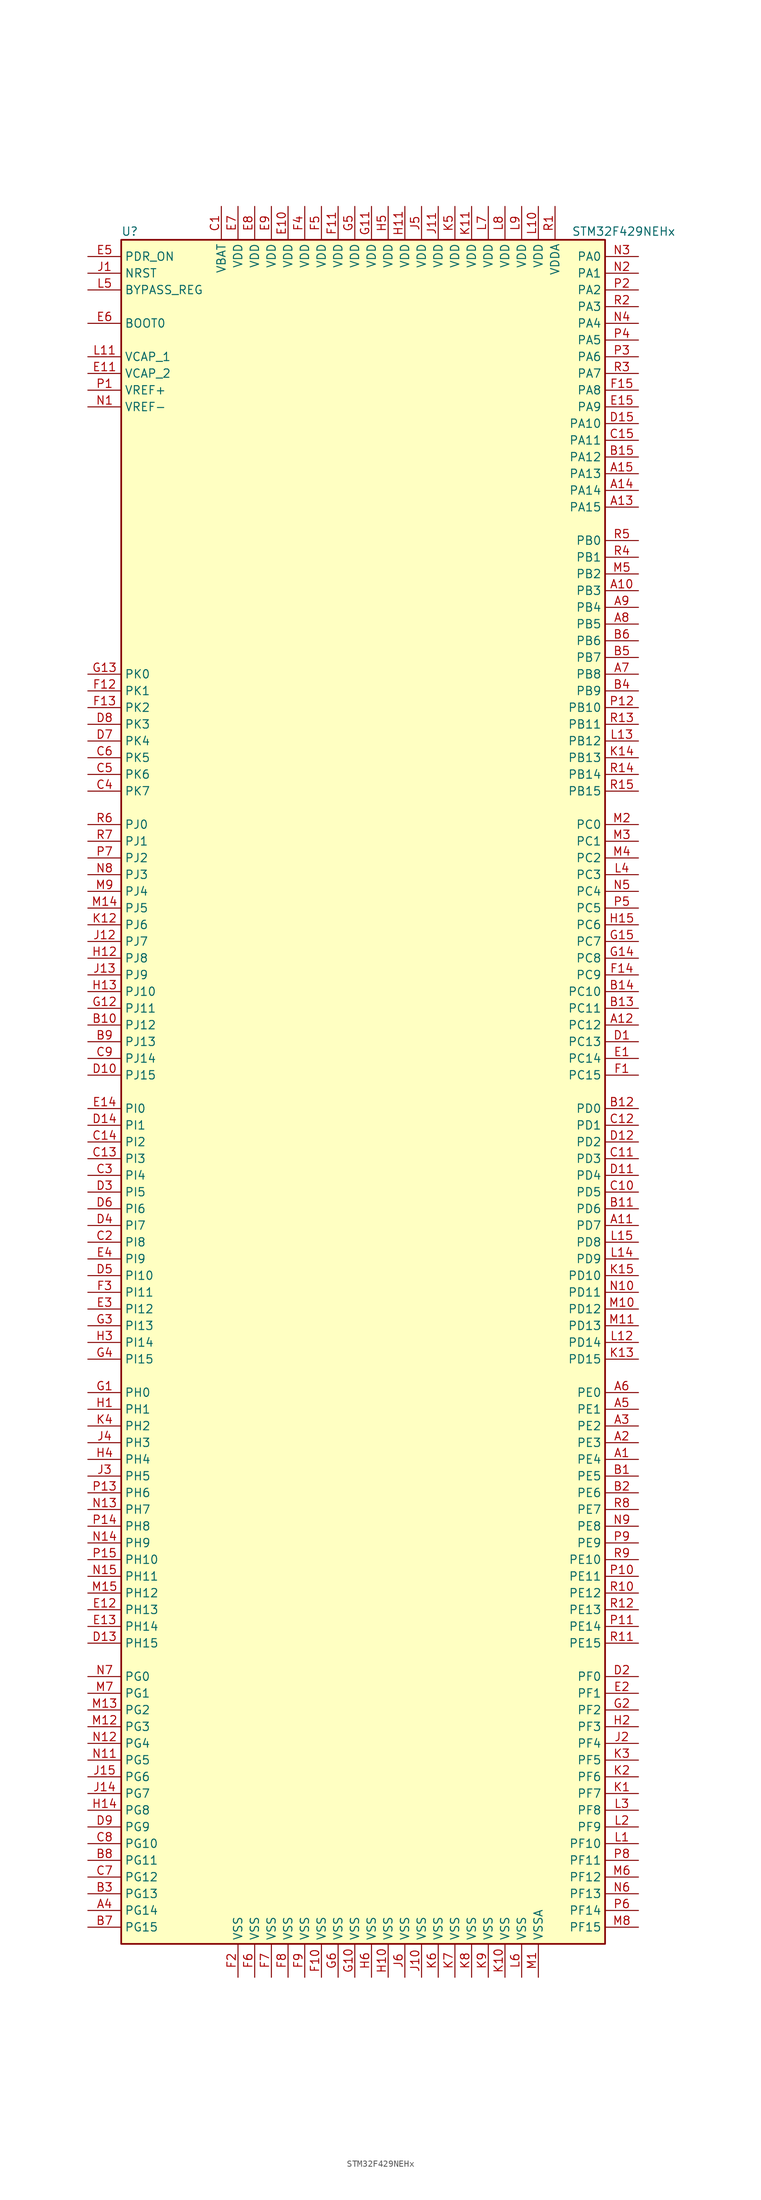
<source format=kicad_sym>
(kicad_symbol_lib
  (version 20201005)
  (generator kicad_symbol_editor)
  (symbol "STM32F429NEHx"
    (property "Reference" "U"
      (at -38.1 130.81 0)
      (effects (font (size 1.27 1.27)) (justify left)))
    (property "Value" "STM32F429NEHx"
      (at 30.48 130.81 0)
      (effects (font (size 1.27 1.27)) (justify left)))
    (symbol "STM32F429NEHx_0_1"
      (rectangle (start -38.1 -129.54) (end 35.56 129.54) (stroke (width 0.254)) (fill (type background))))
    (symbol "STM32F429NEHx_1_1"
      (pin bidirectional line (at 40.64 -55.88 180) (length 5.08) (name "PE4" (effects (font (size 1.27 1.27)))) (number "A1" (effects (font (size 1.27 1.27)))))
      (pin bidirectional line (at 40.64 76.2 180) (length 5.08) (name "PB3" (effects (font (size 1.27 1.27)))) (number "A10" (effects (font (size 1.27 1.27)))))
      (pin bidirectional line (at 40.64 -20.32 180) (length 5.08) (name "PD7" (effects (font (size 1.27 1.27)))) (number "A11" (effects (font (size 1.27 1.27)))))
      (pin bidirectional line (at 40.64 10.16 180) (length 5.08) (name "PC12" (effects (font (size 1.27 1.27)))) (number "A12" (effects (font (size 1.27 1.27)))))
      (pin bidirectional line (at 40.64 88.9 180) (length 5.08) (name "PA15" (effects (font (size 1.27 1.27)))) (number "A13" (effects (font (size 1.27 1.27)))))
      (pin bidirectional line (at 40.64 91.44 180) (length 5.08) (name "PA14" (effects (font (size 1.27 1.27)))) (number "A14" (effects (font (size 1.27 1.27)))))
      (pin bidirectional line (at 40.64 93.98 180) (length 5.08) (name "PA13" (effects (font (size 1.27 1.27)))) (number "A15" (effects (font (size 1.27 1.27)))))
      (pin bidirectional line (at 40.64 -53.34 180) (length 5.08) (name "PE3" (effects (font (size 1.27 1.27)))) (number "A2" (effects (font (size 1.27 1.27)))))
      (pin bidirectional line (at 40.64 -50.8 180) (length 5.08) (name "PE2" (effects (font (size 1.27 1.27)))) (number "A3" (effects (font (size 1.27 1.27)))))
      (pin bidirectional line (at -43.18 -124.46 0) (length 5.08) (name "PG14" (effects (font (size 1.27 1.27)))) (number "A4" (effects (font (size 1.27 1.27)))))
      (pin bidirectional line (at 40.64 -48.26 180) (length 5.08) (name "PE1" (effects (font (size 1.27 1.27)))) (number "A5" (effects (font (size 1.27 1.27)))))
      (pin bidirectional line (at 40.64 -45.72 180) (length 5.08) (name "PE0" (effects (font (size 1.27 1.27)))) (number "A6" (effects (font (size 1.27 1.27)))))
      (pin bidirectional line (at 40.64 63.5 180) (length 5.08) (name "PB8" (effects (font (size 1.27 1.27)))) (number "A7" (effects (font (size 1.27 1.27)))))
      (pin bidirectional line (at 40.64 71.12 180) (length 5.08) (name "PB5" (effects (font (size 1.27 1.27)))) (number "A8" (effects (font (size 1.27 1.27)))))
      (pin bidirectional line (at 40.64 73.66 180) (length 5.08) (name "PB4" (effects (font (size 1.27 1.27)))) (number "A9" (effects (font (size 1.27 1.27)))))
      (pin bidirectional line (at 40.64 -58.42 180) (length 5.08) (name "PE5" (effects (font (size 1.27 1.27)))) (number "B1" (effects (font (size 1.27 1.27)))))
      (pin bidirectional line (at -43.18 10.16 0) (length 5.08) (name "PJ12" (effects (font (size 1.27 1.27)))) (number "B10" (effects (font (size 1.27 1.27)))))
      (pin bidirectional line (at 40.64 -17.78 180) (length 5.08) (name "PD6" (effects (font (size 1.27 1.27)))) (number "B11" (effects (font (size 1.27 1.27)))))
      (pin bidirectional line (at 40.64 -2.54 180) (length 5.08) (name "PD0" (effects (font (size 1.27 1.27)))) (number "B12" (effects (font (size 1.27 1.27)))))
      (pin bidirectional line (at 40.64 12.7 180) (length 5.08) (name "PC11" (effects (font (size 1.27 1.27)))) (number "B13" (effects (font (size 1.27 1.27)))))
      (pin bidirectional line (at 40.64 15.24 180) (length 5.08) (name "PC10" (effects (font (size 1.27 1.27)))) (number "B14" (effects (font (size 1.27 1.27)))))
      (pin bidirectional line (at 40.64 96.52 180) (length 5.08) (name "PA12" (effects (font (size 1.27 1.27)))) (number "B15" (effects (font (size 1.27 1.27)))))
      (pin bidirectional line (at 40.64 -60.96 180) (length 5.08) (name "PE6" (effects (font (size 1.27 1.27)))) (number "B2" (effects (font (size 1.27 1.27)))))
      (pin bidirectional line (at -43.18 -121.92 0) (length 5.08) (name "PG13" (effects (font (size 1.27 1.27)))) (number "B3" (effects (font (size 1.27 1.27)))))
      (pin bidirectional line (at 40.64 60.96 180) (length 5.08) (name "PB9" (effects (font (size 1.27 1.27)))) (number "B4" (effects (font (size 1.27 1.27)))))
      (pin bidirectional line (at 40.64 66.04 180) (length 5.08) (name "PB7" (effects (font (size 1.27 1.27)))) (number "B5" (effects (font (size 1.27 1.27)))))
      (pin bidirectional line (at 40.64 68.58 180) (length 5.08) (name "PB6" (effects (font (size 1.27 1.27)))) (number "B6" (effects (font (size 1.27 1.27)))))
      (pin bidirectional line (at -43.18 -127 0) (length 5.08) (name "PG15" (effects (font (size 1.27 1.27)))) (number "B7" (effects (font (size 1.27 1.27)))))
      (pin bidirectional line (at -43.18 -116.84 0) (length 5.08) (name "PG11" (effects (font (size 1.27 1.27)))) (number "B8" (effects (font (size 1.27 1.27)))))
      (pin bidirectional line (at -43.18 7.62 0) (length 5.08) (name "PJ13" (effects (font (size 1.27 1.27)))) (number "B9" (effects (font (size 1.27 1.27)))))
      (pin power_in line (at -22.86 134.62 270) (length 5.08) (name "VBAT" (effects (font (size 1.27 1.27)))) (number "C1" (effects (font (size 1.27 1.27)))))
      (pin bidirectional line (at 40.64 -15.24 180) (length 5.08) (name "PD5" (effects (font (size 1.27 1.27)))) (number "C10" (effects (font (size 1.27 1.27)))))
      (pin bidirectional line (at 40.64 -10.16 180) (length 5.08) (name "PD3" (effects (font (size 1.27 1.27)))) (number "C11" (effects (font (size 1.27 1.27)))))
      (pin bidirectional line (at 40.64 -5.08 180) (length 5.08) (name "PD1" (effects (font (size 1.27 1.27)))) (number "C12" (effects (font (size 1.27 1.27)))))
      (pin bidirectional line (at -43.18 -10.16 0) (length 5.08) (name "PI3" (effects (font (size 1.27 1.27)))) (number "C13" (effects (font (size 1.27 1.27)))))
      (pin bidirectional line (at -43.18 -7.62 0) (length 5.08) (name "PI2" (effects (font (size 1.27 1.27)))) (number "C14" (effects (font (size 1.27 1.27)))))
      (pin bidirectional line (at 40.64 99.06 180) (length 5.08) (name "PA11" (effects (font (size 1.27 1.27)))) (number "C15" (effects (font (size 1.27 1.27)))))
      (pin bidirectional line (at -43.18 -22.86 0) (length 5.08) (name "PI8" (effects (font (size 1.27 1.27)))) (number "C2" (effects (font (size 1.27 1.27)))))
      (pin bidirectional line (at -43.18 -12.7 0) (length 5.08) (name "PI4" (effects (font (size 1.27 1.27)))) (number "C3" (effects (font (size 1.27 1.27)))))
      (pin bidirectional line (at -43.18 45.72 0) (length 5.08) (name "PK7" (effects (font (size 1.27 1.27)))) (number "C4" (effects (font (size 1.27 1.27)))))
      (pin bidirectional line (at -43.18 48.26 0) (length 5.08) (name "PK6" (effects (font (size 1.27 1.27)))) (number "C5" (effects (font (size 1.27 1.27)))))
      (pin bidirectional line (at -43.18 50.8 0) (length 5.08) (name "PK5" (effects (font (size 1.27 1.27)))) (number "C6" (effects (font (size 1.27 1.27)))))
      (pin bidirectional line (at -43.18 -119.38 0) (length 5.08) (name "PG12" (effects (font (size 1.27 1.27)))) (number "C7" (effects (font (size 1.27 1.27)))))
      (pin bidirectional line (at -43.18 -114.3 0) (length 5.08) (name "PG10" (effects (font (size 1.27 1.27)))) (number "C8" (effects (font (size 1.27 1.27)))))
      (pin bidirectional line (at -43.18 5.08 0) (length 5.08) (name "PJ14" (effects (font (size 1.27 1.27)))) (number "C9" (effects (font (size 1.27 1.27)))))
      (pin bidirectional line (at 40.64 7.62 180) (length 5.08) (name "PC13" (effects (font (size 1.27 1.27)))) (number "D1" (effects (font (size 1.27 1.27)))))
      (pin bidirectional line (at -43.18 2.54 0) (length 5.08) (name "PJ15" (effects (font (size 1.27 1.27)))) (number "D10" (effects (font (size 1.27 1.27)))))
      (pin bidirectional line (at 40.64 -12.7 180) (length 5.08) (name "PD4" (effects (font (size 1.27 1.27)))) (number "D11" (effects (font (size 1.27 1.27)))))
      (pin bidirectional line (at 40.64 -7.62 180) (length 5.08) (name "PD2" (effects (font (size 1.27 1.27)))) (number "D12" (effects (font (size 1.27 1.27)))))
      (pin bidirectional line (at -43.18 -83.82 0) (length 5.08) (name "PH15" (effects (font (size 1.27 1.27)))) (number "D13" (effects (font (size 1.27 1.27)))))
      (pin bidirectional line (at -43.18 -5.08 0) (length 5.08) (name "PI1" (effects (font (size 1.27 1.27)))) (number "D14" (effects (font (size 1.27 1.27)))))
      (pin bidirectional line (at 40.64 101.6 180) (length 5.08) (name "PA10" (effects (font (size 1.27 1.27)))) (number "D15" (effects (font (size 1.27 1.27)))))
      (pin bidirectional line (at 40.64 -88.9 180) (length 5.08) (name "PF0" (effects (font (size 1.27 1.27)))) (number "D2" (effects (font (size 1.27 1.27)))))
      (pin bidirectional line (at -43.18 -15.24 0) (length 5.08) (name "PI5" (effects (font (size 1.27 1.27)))) (number "D3" (effects (font (size 1.27 1.27)))))
      (pin bidirectional line (at -43.18 -20.32 0) (length 5.08) (name "PI7" (effects (font (size 1.27 1.27)))) (number "D4" (effects (font (size 1.27 1.27)))))
      (pin bidirectional line (at -43.18 -27.94 0) (length 5.08) (name "PI10" (effects (font (size 1.27 1.27)))) (number "D5" (effects (font (size 1.27 1.27)))))
      (pin bidirectional line (at -43.18 -17.78 0) (length 5.08) (name "PI6" (effects (font (size 1.27 1.27)))) (number "D6" (effects (font (size 1.27 1.27)))))
      (pin bidirectional line (at -43.18 53.34 0) (length 5.08) (name "PK4" (effects (font (size 1.27 1.27)))) (number "D7" (effects (font (size 1.27 1.27)))))
      (pin bidirectional line (at -43.18 55.88 0) (length 5.08) (name "PK3" (effects (font (size 1.27 1.27)))) (number "D8" (effects (font (size 1.27 1.27)))))
      (pin bidirectional line (at -43.18 -111.76 0) (length 5.08) (name "PG9" (effects (font (size 1.27 1.27)))) (number "D9" (effects (font (size 1.27 1.27)))))
      (pin bidirectional line (at 40.64 5.08 180) (length 5.08) (name "PC14" (effects (font (size 1.27 1.27)))) (number "E1" (effects (font (size 1.27 1.27)))))
      (pin power_in line (at -12.7 134.62 270) (length 5.08) (name "VDD" (effects (font (size 1.27 1.27)))) (number "E10" (effects (font (size 1.27 1.27)))))
      (pin power_in line (at -43.18 109.22 0) (length 5.08) (name "VCAP_2" (effects (font (size 1.27 1.27)))) (number "E11" (effects (font (size 1.27 1.27)))))
      (pin bidirectional line (at -43.18 -78.74 0) (length 5.08) (name "PH13" (effects (font (size 1.27 1.27)))) (number "E12" (effects (font (size 1.27 1.27)))))
      (pin bidirectional line (at -43.18 -81.28 0) (length 5.08) (name "PH14" (effects (font (size 1.27 1.27)))) (number "E13" (effects (font (size 1.27 1.27)))))
      (pin bidirectional line (at -43.18 -2.54 0) (length 5.08) (name "PI0" (effects (font (size 1.27 1.27)))) (number "E14" (effects (font (size 1.27 1.27)))))
      (pin bidirectional line (at 40.64 104.14 180) (length 5.08) (name "PA9" (effects (font (size 1.27 1.27)))) (number "E15" (effects (font (size 1.27 1.27)))))
      (pin bidirectional line (at 40.64 -91.44 180) (length 5.08) (name "PF1" (effects (font (size 1.27 1.27)))) (number "E2" (effects (font (size 1.27 1.27)))))
      (pin bidirectional line (at -43.18 -33.02 0) (length 5.08) (name "PI12" (effects (font (size 1.27 1.27)))) (number "E3" (effects (font (size 1.27 1.27)))))
      (pin bidirectional line (at -43.18 -25.4 0) (length 5.08) (name "PI9" (effects (font (size 1.27 1.27)))) (number "E4" (effects (font (size 1.27 1.27)))))
      (pin input line (at -43.18 127 0) (length 5.08) (name "PDR_ON" (effects (font (size 1.27 1.27)))) (number "E5" (effects (font (size 1.27 1.27)))))
      (pin input line (at -43.18 116.84 0) (length 5.08) (name "BOOT0" (effects (font (size 1.27 1.27)))) (number "E6" (effects (font (size 1.27 1.27)))))
      (pin power_in line (at -20.32 134.62 270) (length 5.08) (name "VDD" (effects (font (size 1.27 1.27)))) (number "E7" (effects (font (size 1.27 1.27)))))
      (pin power_in line (at -17.78 134.62 270) (length 5.08) (name "VDD" (effects (font (size 1.27 1.27)))) (number "E8" (effects (font (size 1.27 1.27)))))
      (pin power_in line (at -15.24 134.62 270) (length 5.08) (name "VDD" (effects (font (size 1.27 1.27)))) (number "E9" (effects (font (size 1.27 1.27)))))
      (pin bidirectional line (at 40.64 2.54 180) (length 5.08) (name "PC15" (effects (font (size 1.27 1.27)))) (number "F1" (effects (font (size 1.27 1.27)))))
      (pin power_in line (at -7.62 -134.62 90) (length 5.08) (name "VSS" (effects (font (size 1.27 1.27)))) (number "F10" (effects (font (size 1.27 1.27)))))
      (pin power_in line (at -5.08 134.62 270) (length 5.08) (name "VDD" (effects (font (size 1.27 1.27)))) (number "F11" (effects (font (size 1.27 1.27)))))
      (pin bidirectional line (at -43.18 60.96 0) (length 5.08) (name "PK1" (effects (font (size 1.27 1.27)))) (number "F12" (effects (font (size 1.27 1.27)))))
      (pin bidirectional line (at -43.18 58.42 0) (length 5.08) (name "PK2" (effects (font (size 1.27 1.27)))) (number "F13" (effects (font (size 1.27 1.27)))))
      (pin bidirectional line (at 40.64 17.78 180) (length 5.08) (name "PC9" (effects (font (size 1.27 1.27)))) (number "F14" (effects (font (size 1.27 1.27)))))
      (pin bidirectional line (at 40.64 106.68 180) (length 5.08) (name "PA8" (effects (font (size 1.27 1.27)))) (number "F15" (effects (font (size 1.27 1.27)))))
      (pin power_in line (at -20.32 -134.62 90) (length 5.08) (name "VSS" (effects (font (size 1.27 1.27)))) (number "F2" (effects (font (size 1.27 1.27)))))
      (pin bidirectional line (at -43.18 -30.48 0) (length 5.08) (name "PI11" (effects (font (size 1.27 1.27)))) (number "F3" (effects (font (size 1.27 1.27)))))
      (pin power_in line (at -10.16 134.62 270) (length 5.08) (name "VDD" (effects (font (size 1.27 1.27)))) (number "F4" (effects (font (size 1.27 1.27)))))
      (pin power_in line (at -7.62 134.62 270) (length 5.08) (name "VDD" (effects (font (size 1.27 1.27)))) (number "F5" (effects (font (size 1.27 1.27)))))
      (pin power_in line (at -17.78 -134.62 90) (length 5.08) (name "VSS" (effects (font (size 1.27 1.27)))) (number "F6" (effects (font (size 1.27 1.27)))))
      (pin power_in line (at -15.24 -134.62 90) (length 5.08) (name "VSS" (effects (font (size 1.27 1.27)))) (number "F7" (effects (font (size 1.27 1.27)))))
      (pin power_in line (at -12.7 -134.62 90) (length 5.08) (name "VSS" (effects (font (size 1.27 1.27)))) (number "F8" (effects (font (size 1.27 1.27)))))
      (pin power_in line (at -10.16 -134.62 90) (length 5.08) (name "VSS" (effects (font (size 1.27 1.27)))) (number "F9" (effects (font (size 1.27 1.27)))))
      (pin input line (at -43.18 -45.72 0) (length 5.08) (name "PH0" (effects (font (size 1.27 1.27)))) (number "G1" (effects (font (size 1.27 1.27)))))
      (pin power_in line (at -2.54 -134.62 90) (length 5.08) (name "VSS" (effects (font (size 1.27 1.27)))) (number "G10" (effects (font (size 1.27 1.27)))))
      (pin power_in line (at 0 134.62 270) (length 5.08) (name "VDD" (effects (font (size 1.27 1.27)))) (number "G11" (effects (font (size 1.27 1.27)))))
      (pin bidirectional line (at -43.18 12.7 0) (length 5.08) (name "PJ11" (effects (font (size 1.27 1.27)))) (number "G12" (effects (font (size 1.27 1.27)))))
      (pin bidirectional line (at -43.18 63.5 0) (length 5.08) (name "PK0" (effects (font (size 1.27 1.27)))) (number "G13" (effects (font (size 1.27 1.27)))))
      (pin bidirectional line (at 40.64 20.32 180) (length 5.08) (name "PC8" (effects (font (size 1.27 1.27)))) (number "G14" (effects (font (size 1.27 1.27)))))
      (pin bidirectional line (at 40.64 22.86 180) (length 5.08) (name "PC7" (effects (font (size 1.27 1.27)))) (number "G15" (effects (font (size 1.27 1.27)))))
      (pin bidirectional line (at 40.64 -93.98 180) (length 5.08) (name "PF2" (effects (font (size 1.27 1.27)))) (number "G2" (effects (font (size 1.27 1.27)))))
      (pin bidirectional line (at -43.18 -35.56 0) (length 5.08) (name "PI13" (effects (font (size 1.27 1.27)))) (number "G3" (effects (font (size 1.27 1.27)))))
      (pin bidirectional line (at -43.18 -40.64 0) (length 5.08) (name "PI15" (effects (font (size 1.27 1.27)))) (number "G4" (effects (font (size 1.27 1.27)))))
      (pin power_in line (at -2.54 134.62 270) (length 5.08) (name "VDD" (effects (font (size 1.27 1.27)))) (number "G5" (effects (font (size 1.27 1.27)))))
      (pin power_in line (at -5.08 -134.62 90) (length 5.08) (name "VSS" (effects (font (size 1.27 1.27)))) (number "G6" (effects (font (size 1.27 1.27)))))
      (pin input line (at -43.18 -48.26 0) (length 5.08) (name "PH1" (effects (font (size 1.27 1.27)))) (number "H1" (effects (font (size 1.27 1.27)))))
      (pin power_in line (at 2.54 -134.62 90) (length 5.08) (name "VSS" (effects (font (size 1.27 1.27)))) (number "H10" (effects (font (size 1.27 1.27)))))
      (pin power_in line (at 5.08 134.62 270) (length 5.08) (name "VDD" (effects (font (size 1.27 1.27)))) (number "H11" (effects (font (size 1.27 1.27)))))
      (pin bidirectional line (at -43.18 20.32 0) (length 5.08) (name "PJ8" (effects (font (size 1.27 1.27)))) (number "H12" (effects (font (size 1.27 1.27)))))
      (pin bidirectional line (at -43.18 15.24 0) (length 5.08) (name "PJ10" (effects (font (size 1.27 1.27)))) (number "H13" (effects (font (size 1.27 1.27)))))
      (pin bidirectional line (at -43.18 -109.22 0) (length 5.08) (name "PG8" (effects (font (size 1.27 1.27)))) (number "H14" (effects (font (size 1.27 1.27)))))
      (pin bidirectional line (at 40.64 25.4 180) (length 5.08) (name "PC6" (effects (font (size 1.27 1.27)))) (number "H15" (effects (font (size 1.27 1.27)))))
      (pin bidirectional line (at 40.64 -96.52 180) (length 5.08) (name "PF3" (effects (font (size 1.27 1.27)))) (number "H2" (effects (font (size 1.27 1.27)))))
      (pin bidirectional line (at -43.18 -38.1 0) (length 5.08) (name "PI14" (effects (font (size 1.27 1.27)))) (number "H3" (effects (font (size 1.27 1.27)))))
      (pin bidirectional line (at -43.18 -55.88 0) (length 5.08) (name "PH4" (effects (font (size 1.27 1.27)))) (number "H4" (effects (font (size 1.27 1.27)))))
      (pin power_in line (at 2.54 134.62 270) (length 5.08) (name "VDD" (effects (font (size 1.27 1.27)))) (number "H5" (effects (font (size 1.27 1.27)))))
      (pin power_in line (at 0 -134.62 90) (length 5.08) (name "VSS" (effects (font (size 1.27 1.27)))) (number "H6" (effects (font (size 1.27 1.27)))))
      (pin input line (at -43.18 124.46 0) (length 5.08) (name "NRST" (effects (font (size 1.27 1.27)))) (number "J1" (effects (font (size 1.27 1.27)))))
      (pin power_in line (at 7.62 -134.62 90) (length 5.08) (name "VSS" (effects (font (size 1.27 1.27)))) (number "J10" (effects (font (size 1.27 1.27)))))
      (pin power_in line (at 10.16 134.62 270) (length 5.08) (name "VDD" (effects (font (size 1.27 1.27)))) (number "J11" (effects (font (size 1.27 1.27)))))
      (pin bidirectional line (at -43.18 22.86 0) (length 5.08) (name "PJ7" (effects (font (size 1.27 1.27)))) (number "J12" (effects (font (size 1.27 1.27)))))
      (pin bidirectional line (at -43.18 17.78 0) (length 5.08) (name "PJ9" (effects (font (size 1.27 1.27)))) (number "J13" (effects (font (size 1.27 1.27)))))
      (pin bidirectional line (at -43.18 -106.68 0) (length 5.08) (name "PG7" (effects (font (size 1.27 1.27)))) (number "J14" (effects (font (size 1.27 1.27)))))
      (pin bidirectional line (at -43.18 -104.14 0) (length 5.08) (name "PG6" (effects (font (size 1.27 1.27)))) (number "J15" (effects (font (size 1.27 1.27)))))
      (pin bidirectional line (at 40.64 -99.06 180) (length 5.08) (name "PF4" (effects (font (size 1.27 1.27)))) (number "J2" (effects (font (size 1.27 1.27)))))
      (pin bidirectional line (at -43.18 -58.42 0) (length 5.08) (name "PH5" (effects (font (size 1.27 1.27)))) (number "J3" (effects (font (size 1.27 1.27)))))
      (pin bidirectional line (at -43.18 -53.34 0) (length 5.08) (name "PH3" (effects (font (size 1.27 1.27)))) (number "J4" (effects (font (size 1.27 1.27)))))
      (pin power_in line (at 7.62 134.62 270) (length 5.08) (name "VDD" (effects (font (size 1.27 1.27)))) (number "J5" (effects (font (size 1.27 1.27)))))
      (pin power_in line (at 5.08 -134.62 90) (length 5.08) (name "VSS" (effects (font (size 1.27 1.27)))) (number "J6" (effects (font (size 1.27 1.27)))))
      (pin bidirectional line (at 40.64 -106.68 180) (length 5.08) (name "PF7" (effects (font (size 1.27 1.27)))) (number "K1" (effects (font (size 1.27 1.27)))))
      (pin power_in line (at 20.32 -134.62 90) (length 5.08) (name "VSS" (effects (font (size 1.27 1.27)))) (number "K10" (effects (font (size 1.27 1.27)))))
      (pin power_in line (at 15.24 134.62 270) (length 5.08) (name "VDD" (effects (font (size 1.27 1.27)))) (number "K11" (effects (font (size 1.27 1.27)))))
      (pin bidirectional line (at -43.18 25.4 0) (length 5.08) (name "PJ6" (effects (font (size 1.27 1.27)))) (number "K12" (effects (font (size 1.27 1.27)))))
      (pin bidirectional line (at 40.64 -40.64 180) (length 5.08) (name "PD15" (effects (font (size 1.27 1.27)))) (number "K13" (effects (font (size 1.27 1.27)))))
      (pin bidirectional line (at 40.64 50.8 180) (length 5.08) (name "PB13" (effects (font (size 1.27 1.27)))) (number "K14" (effects (font (size 1.27 1.27)))))
      (pin bidirectional line (at 40.64 -27.94 180) (length 5.08) (name "PD10" (effects (font (size 1.27 1.27)))) (number "K15" (effects (font (size 1.27 1.27)))))
      (pin bidirectional line (at 40.64 -104.14 180) (length 5.08) (name "PF6" (effects (font (size 1.27 1.27)))) (number "K2" (effects (font (size 1.27 1.27)))))
      (pin bidirectional line (at 40.64 -101.6 180) (length 5.08) (name "PF5" (effects (font (size 1.27 1.27)))) (number "K3" (effects (font (size 1.27 1.27)))))
      (pin bidirectional line (at -43.18 -50.8 0) (length 5.08) (name "PH2" (effects (font (size 1.27 1.27)))) (number "K4" (effects (font (size 1.27 1.27)))))
      (pin power_in line (at 12.7 134.62 270) (length 5.08) (name "VDD" (effects (font (size 1.27 1.27)))) (number "K5" (effects (font (size 1.27 1.27)))))
      (pin power_in line (at 10.16 -134.62 90) (length 5.08) (name "VSS" (effects (font (size 1.27 1.27)))) (number "K6" (effects (font (size 1.27 1.27)))))
      (pin power_in line (at 12.7 -134.62 90) (length 5.08) (name "VSS" (effects (font (size 1.27 1.27)))) (number "K7" (effects (font (size 1.27 1.27)))))
      (pin power_in line (at 15.24 -134.62 90) (length 5.08) (name "VSS" (effects (font (size 1.27 1.27)))) (number "K8" (effects (font (size 1.27 1.27)))))
      (pin power_in line (at 17.78 -134.62 90) (length 5.08) (name "VSS" (effects (font (size 1.27 1.27)))) (number "K9" (effects (font (size 1.27 1.27)))))
      (pin bidirectional line (at 40.64 -114.3 180) (length 5.08) (name "PF10" (effects (font (size 1.27 1.27)))) (number "L1" (effects (font (size 1.27 1.27)))))
      (pin power_in line (at 25.4 134.62 270) (length 5.08) (name "VDD" (effects (font (size 1.27 1.27)))) (number "L10" (effects (font (size 1.27 1.27)))))
      (pin power_in line (at -43.18 111.76 0) (length 5.08) (name "VCAP_1" (effects (font (size 1.27 1.27)))) (number "L11" (effects (font (size 1.27 1.27)))))
      (pin bidirectional line (at 40.64 -38.1 180) (length 5.08) (name "PD14" (effects (font (size 1.27 1.27)))) (number "L12" (effects (font (size 1.27 1.27)))))
      (pin bidirectional line (at 40.64 53.34 180) (length 5.08) (name "PB12" (effects (font (size 1.27 1.27)))) (number "L13" (effects (font (size 1.27 1.27)))))
      (pin bidirectional line (at 40.64 -25.4 180) (length 5.08) (name "PD9" (effects (font (size 1.27 1.27)))) (number "L14" (effects (font (size 1.27 1.27)))))
      (pin bidirectional line (at 40.64 -22.86 180) (length 5.08) (name "PD8" (effects (font (size 1.27 1.27)))) (number "L15" (effects (font (size 1.27 1.27)))))
      (pin bidirectional line (at 40.64 -111.76 180) (length 5.08) (name "PF9" (effects (font (size 1.27 1.27)))) (number "L2" (effects (font (size 1.27 1.27)))))
      (pin bidirectional line (at 40.64 -109.22 180) (length 5.08) (name "PF8" (effects (font (size 1.27 1.27)))) (number "L3" (effects (font (size 1.27 1.27)))))
      (pin bidirectional line (at 40.64 33.02 180) (length 5.08) (name "PC3" (effects (font (size 1.27 1.27)))) (number "L4" (effects (font (size 1.27 1.27)))))
      (pin input line (at -43.18 121.92 0) (length 5.08) (name "BYPASS_REG" (effects (font (size 1.27 1.27)))) (number "L5" (effects (font (size 1.27 1.27)))))
      (pin power_in line (at 22.86 -134.62 90) (length 5.08) (name "VSS" (effects (font (size 1.27 1.27)))) (number "L6" (effects (font (size 1.27 1.27)))))
      (pin power_in line (at 17.78 134.62 270) (length 5.08) (name "VDD" (effects (font (size 1.27 1.27)))) (number "L7" (effects (font (size 1.27 1.27)))))
      (pin power_in line (at 20.32 134.62 270) (length 5.08) (name "VDD" (effects (font (size 1.27 1.27)))) (number "L8" (effects (font (size 1.27 1.27)))))
      (pin power_in line (at 22.86 134.62 270) (length 5.08) (name "VDD" (effects (font (size 1.27 1.27)))) (number "L9" (effects (font (size 1.27 1.27)))))
      (pin power_in line (at 25.4 -134.62 90) (length 5.08) (name "VSSA" (effects (font (size 1.27 1.27)))) (number "M1" (effects (font (size 1.27 1.27)))))
      (pin bidirectional line (at 40.64 -33.02 180) (length 5.08) (name "PD12" (effects (font (size 1.27 1.27)))) (number "M10" (effects (font (size 1.27 1.27)))))
      (pin bidirectional line (at 40.64 -35.56 180) (length 5.08) (name "PD13" (effects (font (size 1.27 1.27)))) (number "M11" (effects (font (size 1.27 1.27)))))
      (pin bidirectional line (at -43.18 -96.52 0) (length 5.08) (name "PG3" (effects (font (size 1.27 1.27)))) (number "M12" (effects (font (size 1.27 1.27)))))
      (pin bidirectional line (at -43.18 -93.98 0) (length 5.08) (name "PG2" (effects (font (size 1.27 1.27)))) (number "M13" (effects (font (size 1.27 1.27)))))
      (pin bidirectional line (at -43.18 27.94 0) (length 5.08) (name "PJ5" (effects (font (size 1.27 1.27)))) (number "M14" (effects (font (size 1.27 1.27)))))
      (pin bidirectional line (at -43.18 -76.2 0) (length 5.08) (name "PH12" (effects (font (size 1.27 1.27)))) (number "M15" (effects (font (size 1.27 1.27)))))
      (pin bidirectional line (at 40.64 40.64 180) (length 5.08) (name "PC0" (effects (font (size 1.27 1.27)))) (number "M2" (effects (font (size 1.27 1.27)))))
      (pin bidirectional line (at 40.64 38.1 180) (length 5.08) (name "PC1" (effects (font (size 1.27 1.27)))) (number "M3" (effects (font (size 1.27 1.27)))))
      (pin bidirectional line (at 40.64 35.56 180) (length 5.08) (name "PC2" (effects (font (size 1.27 1.27)))) (number "M4" (effects (font (size 1.27 1.27)))))
      (pin bidirectional line (at 40.64 78.74 180) (length 5.08) (name "PB2" (effects (font (size 1.27 1.27)))) (number "M5" (effects (font (size 1.27 1.27)))))
      (pin bidirectional line (at 40.64 -119.38 180) (length 5.08) (name "PF12" (effects (font (size 1.27 1.27)))) (number "M6" (effects (font (size 1.27 1.27)))))
      (pin bidirectional line (at -43.18 -91.44 0) (length 5.08) (name "PG1" (effects (font (size 1.27 1.27)))) (number "M7" (effects (font (size 1.27 1.27)))))
      (pin bidirectional line (at 40.64 -127 180) (length 5.08) (name "PF15" (effects (font (size 1.27 1.27)))) (number "M8" (effects (font (size 1.27 1.27)))))
      (pin bidirectional line (at -43.18 30.48 0) (length 5.08) (name "PJ4" (effects (font (size 1.27 1.27)))) (number "M9" (effects (font (size 1.27 1.27)))))
      (pin power_in line (at -43.18 104.14 0) (length 5.08) (name "VREF-" (effects (font (size 1.27 1.27)))) (number "N1" (effects (font (size 1.27 1.27)))))
      (pin bidirectional line (at 40.64 -30.48 180) (length 5.08) (name "PD11" (effects (font (size 1.27 1.27)))) (number "N10" (effects (font (size 1.27 1.27)))))
      (pin bidirectional line (at -43.18 -101.6 0) (length 5.08) (name "PG5" (effects (font (size 1.27 1.27)))) (number "N11" (effects (font (size 1.27 1.27)))))
      (pin bidirectional line (at -43.18 -99.06 0) (length 5.08) (name "PG4" (effects (font (size 1.27 1.27)))) (number "N12" (effects (font (size 1.27 1.27)))))
      (pin bidirectional line (at -43.18 -63.5 0) (length 5.08) (name "PH7" (effects (font (size 1.27 1.27)))) (number "N13" (effects (font (size 1.27 1.27)))))
      (pin bidirectional line (at -43.18 -68.58 0) (length 5.08) (name "PH9" (effects (font (size 1.27 1.27)))) (number "N14" (effects (font (size 1.27 1.27)))))
      (pin bidirectional line (at -43.18 -73.66 0) (length 5.08) (name "PH11" (effects (font (size 1.27 1.27)))) (number "N15" (effects (font (size 1.27 1.27)))))
      (pin bidirectional line (at 40.64 124.46 180) (length 5.08) (name "PA1" (effects (font (size 1.27 1.27)))) (number "N2" (effects (font (size 1.27 1.27)))))
      (pin bidirectional line (at 40.64 127 180) (length 5.08) (name "PA0" (effects (font (size 1.27 1.27)))) (number "N3" (effects (font (size 1.27 1.27)))))
      (pin bidirectional line (at 40.64 116.84 180) (length 5.08) (name "PA4" (effects (font (size 1.27 1.27)))) (number "N4" (effects (font (size 1.27 1.27)))))
      (pin bidirectional line (at 40.64 30.48 180) (length 5.08) (name "PC4" (effects (font (size 1.27 1.27)))) (number "N5" (effects (font (size 1.27 1.27)))))
      (pin bidirectional line (at 40.64 -121.92 180) (length 5.08) (name "PF13" (effects (font (size 1.27 1.27)))) (number "N6" (effects (font (size 1.27 1.27)))))
      (pin bidirectional line (at -43.18 -88.9 0) (length 5.08) (name "PG0" (effects (font (size 1.27 1.27)))) (number "N7" (effects (font (size 1.27 1.27)))))
      (pin bidirectional line (at -43.18 33.02 0) (length 5.08) (name "PJ3" (effects (font (size 1.27 1.27)))) (number "N8" (effects (font (size 1.27 1.27)))))
      (pin bidirectional line (at 40.64 -66.04 180) (length 5.08) (name "PE8" (effects (font (size 1.27 1.27)))) (number "N9" (effects (font (size 1.27 1.27)))))
      (pin power_in line (at -43.18 106.68 0) (length 5.08) (name "VREF+" (effects (font (size 1.27 1.27)))) (number "P1" (effects (font (size 1.27 1.27)))))
      (pin bidirectional line (at 40.64 -73.66 180) (length 5.08) (name "PE11" (effects (font (size 1.27 1.27)))) (number "P10" (effects (font (size 1.27 1.27)))))
      (pin bidirectional line (at 40.64 -81.28 180) (length 5.08) (name "PE14" (effects (font (size 1.27 1.27)))) (number "P11" (effects (font (size 1.27 1.27)))))
      (pin bidirectional line (at 40.64 58.42 180) (length 5.08) (name "PB10" (effects (font (size 1.27 1.27)))) (number "P12" (effects (font (size 1.27 1.27)))))
      (pin bidirectional line (at -43.18 -60.96 0) (length 5.08) (name "PH6" (effects (font (size 1.27 1.27)))) (number "P13" (effects (font (size 1.27 1.27)))))
      (pin bidirectional line (at -43.18 -66.04 0) (length 5.08) (name "PH8" (effects (font (size 1.27 1.27)))) (number "P14" (effects (font (size 1.27 1.27)))))
      (pin bidirectional line (at -43.18 -71.12 0) (length 5.08) (name "PH10" (effects (font (size 1.27 1.27)))) (number "P15" (effects (font (size 1.27 1.27)))))
      (pin bidirectional line (at 40.64 121.92 180) (length 5.08) (name "PA2" (effects (font (size 1.27 1.27)))) (number "P2" (effects (font (size 1.27 1.27)))))
      (pin bidirectional line (at 40.64 111.76 180) (length 5.08) (name "PA6" (effects (font (size 1.27 1.27)))) (number "P3" (effects (font (size 1.27 1.27)))))
      (pin bidirectional line (at 40.64 114.3 180) (length 5.08) (name "PA5" (effects (font (size 1.27 1.27)))) (number "P4" (effects (font (size 1.27 1.27)))))
      (pin bidirectional line (at 40.64 27.94 180) (length 5.08) (name "PC5" (effects (font (size 1.27 1.27)))) (number "P5" (effects (font (size 1.27 1.27)))))
      (pin bidirectional line (at 40.64 -124.46 180) (length 5.08) (name "PF14" (effects (font (size 1.27 1.27)))) (number "P6" (effects (font (size 1.27 1.27)))))
      (pin bidirectional line (at -43.18 35.56 0) (length 5.08) (name "PJ2" (effects (font (size 1.27 1.27)))) (number "P7" (effects (font (size 1.27 1.27)))))
      (pin bidirectional line (at 40.64 -116.84 180) (length 5.08) (name "PF11" (effects (font (size 1.27 1.27)))) (number "P8" (effects (font (size 1.27 1.27)))))
      (pin bidirectional line (at 40.64 -68.58 180) (length 5.08) (name "PE9" (effects (font (size 1.27 1.27)))) (number "P9" (effects (font (size 1.27 1.27)))))
      (pin power_in line (at 27.94 134.62 270) (length 5.08) (name "VDDA" (effects (font (size 1.27 1.27)))) (number "R1" (effects (font (size 1.27 1.27)))))
      (pin bidirectional line (at 40.64 -76.2 180) (length 5.08) (name "PE12" (effects (font (size 1.27 1.27)))) (number "R10" (effects (font (size 1.27 1.27)))))
      (pin bidirectional line (at 40.64 -83.82 180) (length 5.08) (name "PE15" (effects (font (size 1.27 1.27)))) (number "R11" (effects (font (size 1.27 1.27)))))
      (pin bidirectional line (at 40.64 -78.74 180) (length 5.08) (name "PE13" (effects (font (size 1.27 1.27)))) (number "R12" (effects (font (size 1.27 1.27)))))
      (pin bidirectional line (at 40.64 55.88 180) (length 5.08) (name "PB11" (effects (font (size 1.27 1.27)))) (number "R13" (effects (font (size 1.27 1.27)))))
      (pin bidirectional line (at 40.64 48.26 180) (length 5.08) (name "PB14" (effects (font (size 1.27 1.27)))) (number "R14" (effects (font (size 1.27 1.27)))))
      (pin bidirectional line (at 40.64 45.72 180) (length 5.08) (name "PB15" (effects (font (size 1.27 1.27)))) (number "R15" (effects (font (size 1.27 1.27)))))
      (pin bidirectional line (at 40.64 119.38 180) (length 5.08) (name "PA3" (effects (font (size 1.27 1.27)))) (number "R2" (effects (font (size 1.27 1.27)))))
      (pin bidirectional line (at 40.64 109.22 180) (length 5.08) (name "PA7" (effects (font (size 1.27 1.27)))) (number "R3" (effects (font (size 1.27 1.27)))))
      (pin bidirectional line (at 40.64 81.28 180) (length 5.08) (name "PB1" (effects (font (size 1.27 1.27)))) (number "R4" (effects (font (size 1.27 1.27)))))
      (pin bidirectional line (at 40.64 83.82 180) (length 5.08) (name "PB0" (effects (font (size 1.27 1.27)))) (number "R5" (effects (font (size 1.27 1.27)))))
      (pin bidirectional line (at -43.18 40.64 0) (length 5.08) (name "PJ0" (effects (font (size 1.27 1.27)))) (number "R6" (effects (font (size 1.27 1.27)))))
      (pin bidirectional line (at -43.18 38.1 0) (length 5.08) (name "PJ1" (effects (font (size 1.27 1.27)))) (number "R7" (effects (font (size 1.27 1.27)))))
      (pin bidirectional line (at 40.64 -63.5 180) (length 5.08) (name "PE7" (effects (font (size 1.27 1.27)))) (number "R8" (effects (font (size 1.27 1.27)))))
      (pin bidirectional line (at 40.64 -71.12 180) (length 5.08) (name "PE10" (effects (font (size 1.27 1.27)))) (number "R9" (effects (font (size 1.27 1.27))))))))
</source>
